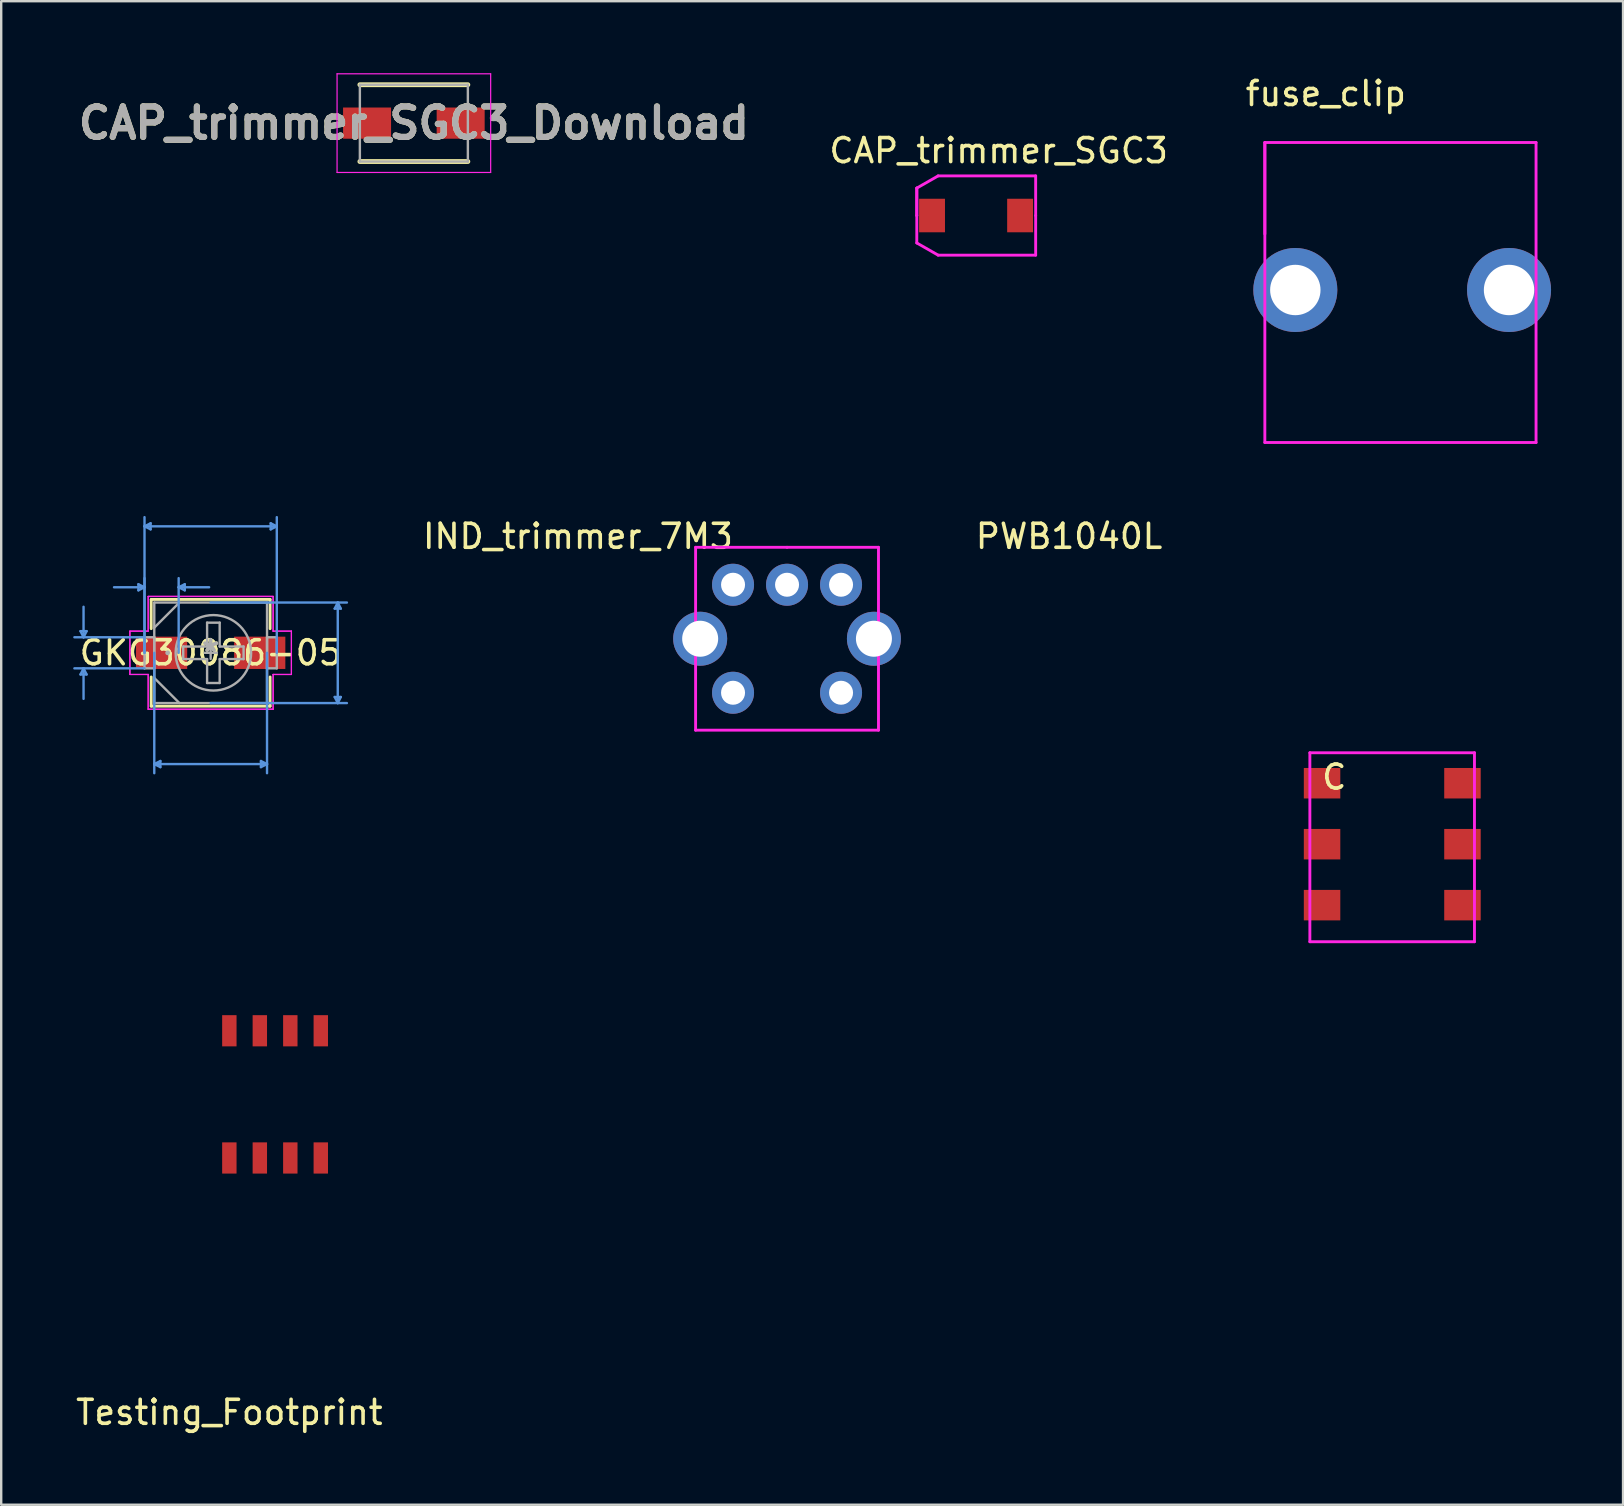
<source format=kicad_pcb>
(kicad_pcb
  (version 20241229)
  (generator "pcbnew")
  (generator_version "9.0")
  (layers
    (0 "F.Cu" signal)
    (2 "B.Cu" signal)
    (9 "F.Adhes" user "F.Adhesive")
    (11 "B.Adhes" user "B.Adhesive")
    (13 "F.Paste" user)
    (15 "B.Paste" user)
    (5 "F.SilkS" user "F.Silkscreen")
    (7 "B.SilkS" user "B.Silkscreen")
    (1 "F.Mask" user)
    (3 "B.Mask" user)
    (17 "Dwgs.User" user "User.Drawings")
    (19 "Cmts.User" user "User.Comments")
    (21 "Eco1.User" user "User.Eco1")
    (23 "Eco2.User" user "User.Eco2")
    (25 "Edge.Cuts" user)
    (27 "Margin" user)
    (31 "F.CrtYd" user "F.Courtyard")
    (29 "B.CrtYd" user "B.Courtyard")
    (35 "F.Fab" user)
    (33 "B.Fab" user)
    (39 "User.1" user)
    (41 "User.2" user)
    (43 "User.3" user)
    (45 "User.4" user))
  (footprint "PWB1040L"
    (layer "F.Cu")
    (at 52.035 29.584)
    (property "Reference" "PWB1040L" (at -10.541 -10.287 0) (layer "F.SilkS") (effects (font (size 1 1) (thickness 0.15))))
    (attr through_hole)
    (fp_line (start -0.508 -1.27) (end -0.508 6.604) (stroke (width 0.12) (type solid)) (layer "F.CrtYd"))
    (fp_line (start -0.508 6.604) (end 6.35 6.604) (stroke (width 0.12) (type solid)) (layer "F.CrtYd"))
    (fp_line (start 6.35 -1.27) (end -0.508 -1.27) (stroke (width 0.12) (type solid)) (layer "F.CrtYd"))
    (fp_line (start 6.35 6.604) (end 6.35 -1.27) (stroke (width 0.12) (type solid)) (layer "F.CrtYd"))
    (fp_text user "C" (at 0.508 -0.254 0) (layer "F.SilkS") (effects (font (size 1 1) (thickness 0.15))))
    (pad "1" smd rect (at 0 0) (size 1.52 1.27) (layers "F.Cu" "F.Mask" "F.Paste"))
    (pad "2" smd rect (at 0 2.54) (size 1.52 1.27) (layers "F.Cu" "F.Mask" "F.Paste"))
    (pad "3" smd rect (at 0 5.08) (size 1.52 1.27) (layers "F.Cu" "F.Mask" "F.Paste"))
    (pad "4" smd rect (at 5.85 5.08) (size 1.52 1.27) (layers "F.Cu" "F.Mask" "F.Paste"))
    (pad "5" smd rect (at 5.85 2.54) (size 1.52 1.27) (layers "F.Cu" "F.Mask" "F.Paste"))
    (pad "6" smd rect (at 5.85 0) (size 1.52 1.27) (layers "F.Cu" "F.Mask" "F.Paste")))
  (footprint "IND_trimmer_7M3"
    (layer "F.Cu")
    (at 29.743 23.564)
    (property "Reference" "IND_trimmer_7M3" (at -8.712 -4.267 0) (layer "F.SilkS") (effects (font (size 1 1) (thickness 0.15))))
    (attr through_hole)
    (fp_line (start -3.81 -3.81) (end -3.81 3.81) (stroke (width 0.12) (type solid)) (layer "F.CrtYd"))
    (fp_line (start -3.81 3.81) (end 3.81 3.81) (stroke (width 0.12) (type solid)) (layer "F.CrtYd"))
    (fp_line (start 0 -3.81) (end -3.81 -3.81) (stroke (width 0.12) (type solid)) (layer "F.CrtYd"))
    (fp_line (start 3.81 -3.81) (end 0 -3.81) (stroke (width 0.12) (type solid)) (layer "F.CrtYd"))
    (fp_line (start 3.81 3.81) (end 3.81 -3.81) (stroke (width 0.12) (type solid)) (layer "F.CrtYd"))
    (pad "1" thru_hole circle (at -2.25 -2.25) (size 1.75 1.75) (drill 1) (layers "*.Cu" "*.Mask"))
    (pad "2" thru_hole circle (at 0 -2.25) (size 1.75 1.75) (drill 1) (layers "*.Cu" "*.Mask"))
    (pad "3" thru_hole circle (at 2.25 -2.25) (size 1.75 1.75) (drill 1) (layers "*.Cu" "*.Mask"))
    (pad "4" thru_hole circle (at 2.25 2.25) (size 1.75 1.75) (drill 1) (layers "*.Cu" "*.Mask"))
    (pad "5" thru_hole circle (at -3.62 0) (size 2.25 2.25) (drill 1.5) (layers "*.Cu" "*.Mask"))
    (pad "5" thru_hole circle (at 3.62 0) (size 2.25 2.25) (drill 1.5) (layers "*.Cu" "*.Mask"))
    (pad "6" thru_hole circle (at -2.25 2.25) (size 1.75 1.75) (drill 1) (layers "*.Cu" "*.Mask")))
  (footprint "CAP_trimmer_SGC3_Download"
    (layer "F.Cu")
    (at 14.194 2.08)
    (property "Reference" "CAP_trimmer_SGC3_Download" (at 0 0 0) (layer "F.SilkS") (effects (font (size 1.27 1.27) (thickness 0.254))))
    (attr smd)
    (fp_line (start -2.25 1.6) (end 2.25 1.6) (stroke (width 0.2) (type solid)) (layer "F.SilkS"))
    (fp_line (start 2.25 -1.6) (end -2.25 -1.6) (stroke (width 0.2) (type solid)) (layer "F.SilkS"))
    (fp_line (start -3.2 -2.055) (end 3.2 -2.055) (stroke (width 0.05) (type solid)) (layer "F.CrtYd"))
    (fp_line (start -3.2 2.055) (end -3.2 -2.055) (stroke (width 0.05) (type solid)) (layer "F.CrtYd"))
    (fp_line (start 3.2 -2.055) (end 3.2 2.055) (stroke (width 0.05) (type solid)) (layer "F.CrtYd"))
    (fp_line (start 3.2 2.055) (end -3.2 2.055) (stroke (width 0.05) (type solid)) (layer "F.CrtYd"))
    (fp_line (start -2.25 -1.6) (end 2.25 -1.6) (stroke (width 0.1) (type solid)) (layer "F.Fab"))
    (fp_line (start -2.25 1.6) (end -2.25 -1.6) (stroke (width 0.1) (type solid)) (layer "F.Fab"))
    (fp_line (start 2.25 -1.6) (end 2.25 1.6) (stroke (width 0.1) (type solid)) (layer "F.Fab"))
    (fp_line (start 2.25 1.6) (end -2.25 1.6) (stroke (width 0.1) (type solid)) (layer "F.Fab"))
    (fp_text user "${REFERENCE}" (at 0 0 0) (layer "F.Fab") (effects (font (size 1.27 1.27) (thickness 0.254))))
    (pad "1" smd rect (at -1.95 0 90) (size 1.3 2) (layers "F.Cu" "F.Mask" "F.Paste"))
    (pad "2" smd rect (at 1.95 0 90) (size 1.3 2) (layers "F.Cu" "F.Mask" "F.Paste")))
  (footprint "CAP_trimmer_SGC3"
    (layer "F.Cu")
    (at 38.144 0.25)
    (property "Reference" "CAP_trimmer_SGC3" (at 0.417 2.977 0) (layer "F.SilkS") (effects (font (size 1 1) (thickness 0.15))))
    (attr through_hole)
    (fp_line (start -2.995 4.537) (end -2.995 5.68) (stroke (width 0.12) (type solid)) (layer "F.CrtYd"))
    (fp_line (start -2.995 5.68) (end -2.995 4.537) (stroke (width 0.12) (type solid)) (layer "F.CrtYd"))
    (fp_line (start -2.995 5.68) (end -2.995 6.823) (stroke (width 0.12) (type solid)) (layer "F.CrtYd"))
    (fp_line (start -2.106 4.029) (end -2.995 4.537) (stroke (width 0.12) (type solid)) (layer "F.CrtYd"))
    (fp_line (start -2.106 7.331) (end -2.995 6.823) (stroke (width 0.12) (type solid)) (layer "F.CrtYd"))
    (fp_line (start 1.958 4.029) (end -2.106 4.029) (stroke (width 0.12) (type solid)) (layer "F.CrtYd"))
    (fp_line (start 1.958 5.68) (end 1.958 4.029) (stroke (width 0.12) (type solid)) (layer "F.CrtYd"))
    (fp_line (start 1.958 5.68) (end 1.958 7.331) (stroke (width 0.12) (type solid)) (layer "F.CrtYd"))
    (fp_line (start 1.958 7.331) (end -2.106 7.331) (stroke (width 0.12) (type solid)) (layer "F.CrtYd"))
    (pad "1" smd rect (at -2.36 5.68 90) (size 1.397 1.079) (layers "F.Cu" "F.Mask" "F.Paste"))
    (pad "2" smd rect (at 1.31 5.68 90) (size 1.397 1.079) (layers "F.Cu" "F.Mask" "F.Paste")))
  (footprint "fuse_clip"
    (layer "F.Cu")
    (at 52.191 0.348)
    (property "Reference" "fuse_clip" (at 0 0.5 0) (layer "F.SilkS") (effects (font (size 1 1) (thickness 0.15))))
    (attr through_hole)
    (fp_line (start -2.54 2.54) (end -2.54 6.35) (stroke (width 0.12) (type solid)) (layer "F.CrtYd"))
    (fp_line (start -2.54 2.54) (end 8.76 2.54) (stroke (width 0.12) (type solid)) (layer "F.CrtYd"))
    (fp_line (start -2.54 15.04) (end -2.54 2.54) (stroke (width 0.12) (type solid)) (layer "F.CrtYd"))
    (fp_line (start -2.54 15.04) (end 8.76 15.04) (stroke (width 0.12) (type solid)) (layer "F.CrtYd"))
    (fp_line (start 8.76 15.04) (end 8.76 2.54) (stroke (width 0.12) (type solid)) (layer "F.CrtYd"))
    (pad "1" thru_hole circle (at -1.27 8.685) (size 3.5 3.5) (drill 2.1) (layers "*.Cu" "*.Mask"))
    (pad "1" thru_hole circle (at 7.635 8.685) (size 3.5 3.5) (drill 2.1) (layers "*.Cu" "*.Mask")))
  (footprint "GKG30086-05"
    (layer "F.Cu")
    (at 5.727 24.15)
    (property "Reference" "GKG30086-05" (at 0 0 0) (layer "F.SilkS") (effects (font (size 1 1) (thickness 0.15))))
    (attr through_hole)
    (fp_line (start -2.477 -2.223) (end -2.477 -1.006) (stroke (width 0.12) (type solid)) (layer "F.SilkS"))
    (fp_line (start -2.477 1.006) (end -2.477 2.223) (stroke (width 0.12) (type solid)) (layer "F.SilkS"))
    (fp_line (start -2.477 2.223) (end 2.477 2.223) (stroke (width 0.12) (type solid)) (layer "F.SilkS"))
    (fp_line (start 2.477 -2.223) (end -2.477 -2.223) (stroke (width 0.12) (type solid)) (layer "F.SilkS"))
    (fp_line (start 2.477 -1.006) (end 2.477 -2.223) (stroke (width 0.12) (type solid)) (layer "F.SilkS"))
    (fp_line (start 2.477 2.223) (end 2.477 1.006) (stroke (width 0.12) (type solid)) (layer "F.SilkS"))
    (fp_line (start -5.423 -0.902) (end -5.169 -0.902) (stroke (width 0.1) (type solid)) (layer "Cmts.User"))
    (fp_line (start -5.423 0.902) (end -5.169 0.902) (stroke (width 0.1) (type solid)) (layer "Cmts.User"))
    (fp_line (start -5.296 -0.648) (end -5.423 -0.902) (stroke (width 0.1) (type solid)) (layer "Cmts.User"))
    (fp_line (start -5.296 -0.648) (end -5.296 -1.918) (stroke (width 0.1) (type solid)) (layer "Cmts.User"))
    (fp_line (start -5.296 -0.648) (end -5.169 -0.902) (stroke (width 0.1) (type solid)) (layer "Cmts.User"))
    (fp_line (start -5.296 0.648) (end -5.423 0.902) (stroke (width 0.1) (type solid)) (layer "Cmts.User"))
    (fp_line (start -5.296 0.648) (end -5.296 1.918) (stroke (width 0.1) (type solid)) (layer "Cmts.User"))
    (fp_line (start -5.296 0.648) (end -5.169 0.902) (stroke (width 0.1) (type solid)) (layer "Cmts.User"))
    (fp_line (start -3.01 -2.857) (end -3.01 -2.603) (stroke (width 0.1) (type solid)) (layer "Cmts.User"))
    (fp_line (start -2.756 -5.271) (end -2.502 -5.397) (stroke (width 0.1) (type solid)) (layer "Cmts.User"))
    (fp_line (start -2.756 -5.271) (end -2.502 -5.144) (stroke (width 0.1) (type solid)) (layer "Cmts.User"))
    (fp_line (start -2.756 -5.271) (end 2.756 -5.271) (stroke (width 0.1) (type solid)) (layer "Cmts.User"))
    (fp_line (start -2.756 -2.731) (end -4.026 -2.731) (stroke (width 0.1) (type solid)) (layer "Cmts.User"))
    (fp_line (start -2.756 -2.731) (end -3.01 -2.857) (stroke (width 0.1) (type solid)) (layer "Cmts.User"))
    (fp_line (start -2.756 -2.731) (end -3.01 -2.603) (stroke (width 0.1) (type solid)) (layer "Cmts.User"))
    (fp_line (start -2.756 -0.648) (end -5.677 -0.648) (stroke (width 0.1) (type solid)) (layer "Cmts.User"))
    (fp_line (start -2.756 0) (end -2.756 -5.652) (stroke (width 0.1) (type solid)) (layer "Cmts.User"))
    (fp_line (start -2.756 0) (end -2.756 -3.111) (stroke (width 0.1) (type solid)) (layer "Cmts.User"))
    (fp_line (start -2.756 0.648) (end -5.677 0.648) (stroke (width 0.1) (type solid)) (layer "Cmts.User"))
    (fp_line (start -2.502 -5.397) (end -2.502 -5.144) (stroke (width 0.1) (type solid)) (layer "Cmts.User"))
    (fp_line (start -2.349 0) (end -2.349 5.016) (stroke (width 0.1) (type solid)) (layer "Cmts.User"))
    (fp_line (start -2.349 4.636) (end -2.095 4.508) (stroke (width 0.1) (type solid)) (layer "Cmts.User"))
    (fp_line (start -2.349 4.636) (end -2.095 4.763) (stroke (width 0.1) (type solid)) (layer "Cmts.User"))
    (fp_line (start -2.349 4.636) (end 2.349 4.636) (stroke (width 0.1) (type solid)) (layer "Cmts.User"))
    (fp_line (start -2.095 4.508) (end -2.095 4.763) (stroke (width 0.1) (type solid)) (layer "Cmts.User"))
    (fp_line (start -1.333 -2.731) (end -1.079 -2.857) (stroke (width 0.1) (type solid)) (layer "Cmts.User"))
    (fp_line (start -1.333 -2.731) (end -1.079 -2.603) (stroke (width 0.1) (type solid)) (layer "Cmts.User"))
    (fp_line (start -1.333 -2.731) (end -0.064 -2.731) (stroke (width 0.1) (type solid)) (layer "Cmts.User"))
    (fp_line (start -1.333 0) (end -1.333 -3.111) (stroke (width 0.1) (type solid)) (layer "Cmts.User"))
    (fp_line (start -1.079 -2.857) (end -1.079 -2.603) (stroke (width 0.1) (type solid)) (layer "Cmts.User"))
    (fp_line (start 0 -2.095) (end 5.677 -2.095) (stroke (width 0.1) (type solid)) (layer "Cmts.User"))
    (fp_line (start 0 2.095) (end 5.677 2.095) (stroke (width 0.1) (type solid)) (layer "Cmts.User"))
    (fp_line (start 2.095 4.508) (end 2.095 4.763) (stroke (width 0.1) (type solid)) (layer "Cmts.User"))
    (fp_line (start 2.349 0) (end 2.349 5.016) (stroke (width 0.1) (type solid)) (layer "Cmts.User"))
    (fp_line (start 2.349 4.636) (end 2.095 4.508) (stroke (width 0.1) (type solid)) (layer "Cmts.User"))
    (fp_line (start 2.349 4.636) (end 2.095 4.763) (stroke (width 0.1) (type solid)) (layer "Cmts.User"))
    (fp_line (start 2.502 -5.397) (end 2.502 -5.144) (stroke (width 0.1) (type solid)) (layer "Cmts.User"))
    (fp_line (start 2.756 -5.271) (end 2.502 -5.397) (stroke (width 0.1) (type solid)) (layer "Cmts.User"))
    (fp_line (start 2.756 -5.271) (end 2.502 -5.144) (stroke (width 0.1) (type solid)) (layer "Cmts.User"))
    (fp_line (start 2.756 0) (end 2.756 -5.652) (stroke (width 0.1) (type solid)) (layer "Cmts.User"))
    (fp_line (start 5.169 -1.841) (end 5.423 -1.841) (stroke (width 0.1) (type solid)) (layer "Cmts.User"))
    (fp_line (start 5.169 1.841) (end 5.423 1.841) (stroke (width 0.1) (type solid)) (layer "Cmts.User"))
    (fp_line (start 5.296 -2.095) (end 5.169 -1.841) (stroke (width 0.1) (type solid)) (layer "Cmts.User"))
    (fp_line (start 5.296 -2.095) (end 5.296 2.095) (stroke (width 0.1) (type solid)) (layer "Cmts.User"))
    (fp_line (start 5.296 -2.095) (end 5.423 -1.841) (stroke (width 0.1) (type solid)) (layer "Cmts.User"))
    (fp_line (start 5.296 2.095) (end 5.169 1.841) (stroke (width 0.1) (type solid)) (layer "Cmts.User"))
    (fp_line (start 5.296 2.095) (end 5.423 1.841) (stroke (width 0.1) (type solid)) (layer "Cmts.User"))
    (fp_line (start -3.365 -0.902) (end -2.603 -0.902) (stroke (width 0.05) (type solid)) (layer "F.CrtYd"))
    (fp_line (start -3.365 -0.902) (end -2.603 -0.902) (stroke (width 0.05) (type solid)) (layer "F.CrtYd"))
    (fp_line (start -3.365 0.902) (end -3.365 -0.902) (stroke (width 0.05) (type solid)) (layer "F.CrtYd"))
    (fp_line (start -3.365 0.902) (end -3.365 -0.902) (stroke (width 0.05) (type solid)) (layer "F.CrtYd"))
    (fp_line (start -2.603 -2.349) (end 2.603 -2.349) (stroke (width 0.05) (type solid)) (layer "F.CrtYd"))
    (fp_line (start -2.603 -2.349) (end 2.603 -2.349) (stroke (width 0.05) (type solid)) (layer "F.CrtYd"))
    (fp_line (start -2.603 -0.902) (end -2.603 -2.349) (stroke (width 0.05) (type solid)) (layer "F.CrtYd"))
    (fp_line (start -2.603 -0.902) (end -2.603 -2.349) (stroke (width 0.05) (type solid)) (layer "F.CrtYd"))
    (fp_line (start -2.603 0.902) (end -3.365 0.902) (stroke (width 0.05) (type solid)) (layer "F.CrtYd"))
    (fp_line (start -2.603 0.902) (end -3.365 0.902) (stroke (width 0.05) (type solid)) (layer "F.CrtYd"))
    (fp_line (start -2.603 2.349) (end -2.603 0.902) (stroke (width 0.05) (type solid)) (layer "F.CrtYd"))
    (fp_line (start -2.603 2.349) (end -2.603 0.902) (stroke (width 0.05) (type solid)) (layer "F.CrtYd"))
    (fp_line (start 2.603 -2.349) (end 2.603 -0.902) (stroke (width 0.05) (type solid)) (layer "F.CrtYd"))
    (fp_line (start 2.603 -2.349) (end 2.603 -0.902) (stroke (width 0.05) (type solid)) (layer "F.CrtYd"))
    (fp_line (start 2.603 -0.902) (end 3.365 -0.902) (stroke (width 0.05) (type solid)) (layer "F.CrtYd"))
    (fp_line (start 2.603 -0.902) (end 3.365 -0.902) (stroke (width 0.05) (type solid)) (layer "F.CrtYd"))
    (fp_line (start 2.603 0.902) (end 2.603 2.349) (stroke (width 0.05) (type solid)) (layer "F.CrtYd"))
    (fp_line (start 2.603 0.902) (end 2.603 2.349) (stroke (width 0.05) (type solid)) (layer "F.CrtYd"))
    (fp_line (start 2.603 2.349) (end -2.603 2.349) (stroke (width 0.05) (type solid)) (layer "F.CrtYd"))
    (fp_line (start 2.603 2.349) (end -2.603 2.349) (stroke (width 0.05) (type solid)) (layer "F.CrtYd"))
    (fp_line (start 3.365 -0.902) (end 3.365 0.902) (stroke (width 0.05) (type solid)) (layer "F.CrtYd"))
    (fp_line (start 3.365 -0.902) (end 3.365 0.902) (stroke (width 0.05) (type solid)) (layer "F.CrtYd"))
    (fp_line (start 3.365 0.902) (end 2.603 0.902) (stroke (width 0.05) (type solid)) (layer "F.CrtYd"))
    (fp_line (start 3.365 0.902) (end 2.603 0.902) (stroke (width 0.05) (type solid)) (layer "F.CrtYd"))
    (fp_line (start -2.756 -0.648) (end -2.756 0.648) (stroke (width 0.1) (type solid)) (layer "F.Fab"))
    (fp_line (start -2.756 0.648) (end -2.349 0.648) (stroke (width 0.1) (type solid)) (layer "F.Fab"))
    (fp_line (start -2.349 -2.095) (end -2.349 2.095) (stroke (width 0.1) (type solid)) (layer "F.Fab"))
    (fp_line (start -2.349 -1.048) (end -1.302 -2.095) (stroke (width 0.1) (type solid)) (layer "F.Fab"))
    (fp_line (start -2.349 -0.648) (end -2.756 -0.648) (stroke (width 0.1) (type solid)) (layer "F.Fab"))
    (fp_line (start -2.349 0.648) (end -2.349 -0.648) (stroke (width 0.1) (type solid)) (layer "F.Fab"))
    (fp_line (start -2.349 1.048) (end -1.302 2.095) (stroke (width 0.1) (type solid)) (layer "F.Fab"))
    (fp_line (start -2.349 2.095) (end 2.349 2.095) (stroke (width 0.1) (type solid)) (layer "F.Fab"))
    (fp_line (start -1.143 -0.262) (end -1.143 0.262) (stroke (width 0.1) (type solid)) (layer "F.Fab"))
    (fp_line (start -0.254 0) (end 0.254 0) (stroke (width 0.1) (type solid)) (layer "F.Fab"))
    (fp_line (start -0.148 -1.257) (end -0.148 -0.262) (stroke (width 0.1) (type solid)) (layer "F.Fab"))
    (fp_line (start -0.148 -1.257) (end 0.376 -1.257) (stroke (width 0.1) (type solid)) (layer "F.Fab"))
    (fp_line (start -0.148 -0.262) (end -1.143 -0.262) (stroke (width 0.1) (type solid)) (layer "F.Fab"))
    (fp_line (start -0.148 0.262) (end -1.143 0.262) (stroke (width 0.1) (type solid)) (layer "F.Fab"))
    (fp_line (start -0.148 1.257) (end -0.148 0.262) (stroke (width 0.1) (type solid)) (layer "F.Fab"))
    (fp_line (start -0.148 1.257) (end 0.376 1.257) (stroke (width 0.1) (type solid)) (layer "F.Fab"))
    (fp_line (start 0 0.254) (end 0 -0.254) (stroke (width 0.1) (type solid)) (layer "F.Fab"))
    (fp_line (start 0.376 -1.257) (end 0.376 -0.262) (stroke (width 0.1) (type solid)) (layer "F.Fab"))
    (fp_line (start 0.376 -0.262) (end 1.372 -0.262) (stroke (width 0.1) (type solid)) (layer "F.Fab"))
    (fp_line (start 0.376 0.262) (end 1.372 0.262) (stroke (width 0.1) (type solid)) (layer "F.Fab"))
    (fp_line (start 0.376 1.257) (end 0.376 0.262) (stroke (width 0.1) (type solid)) (layer "F.Fab"))
    (fp_line (start 1.372 -0.262) (end 1.372 0.262) (stroke (width 0.1) (type solid)) (layer "F.Fab"))
    (fp_line (start 2.349 -2.095) (end -2.349 -2.095) (stroke (width 0.1) (type solid)) (layer "F.Fab"))
    (fp_line (start 2.349 -0.648) (end 2.349 0.648) (stroke (width 0.1) (type solid)) (layer "F.Fab"))
    (fp_line (start 2.349 0.648) (end 2.756 0.648) (stroke (width 0.1) (type solid)) (layer "F.Fab"))
    (fp_line (start 2.349 2.095) (end 2.349 -2.095) (stroke (width 0.1) (type solid)) (layer "F.Fab"))
    (fp_line (start 2.756 -0.648) (end 2.349 -0.648) (stroke (width 0.1) (type solid)) (layer "F.Fab"))
    (fp_line (start 2.756 0.648) (end 2.756 -0.648) (stroke (width 0.1) (type solid)) (layer "F.Fab"))
    (fp_circle (center -1.791 0) (end -1.791 0) (stroke (width 0.1) (type solid)) (fill no) (layer "F.Fab"))
    (fp_circle (center 0.114 0) (end 1.686 0) (stroke (width 0.1) (type solid)) (fill no) (layer "F.Fab"))
    (fp_text user "*" (at 0 0 0) (layer "F.SilkS") (effects (font (size 1 1) (thickness 0.15))))
    (fp_text user "Copyright 2021 Accelerated Designs. All rights reserved." (at 0 0 0) (layer "Cmts.User") (effects (font (size 0.127 0.127) (thickness 0.002))))
    (fp_text user "*" (at 0 0 0) (layer "F.Fab") (effects (font (size 1 1) (thickness 0.15))))
    (pad "1" smd rect (at -2.045 0) (size 2.134 1.346) (layers "F.Cu" "F.Mask" "F.Paste"))
    (pad "2" smd rect (at 2.045 0) (size 2.134 1.346) (layers "F.Cu" "F.Mask" "F.Paste")))
  (footprint "Testing_Footprint"
    (layer "F.Cu")
    (at 6.506 39.898)
    (property "Reference" "Testing_Footprint" (at 0 15.9 0) (layer "F.SilkS") (effects (font (size 1 1) (thickness 0.15))))
    (attr through_hole)
    (pad "1" smd rect (at 0 5.3) (size 0.6 1.3) (layers "F.Cu" "F.Mask" "F.Paste"))
    (pad "2" smd rect (at 1.27 5.3) (size 0.6 1.3) (layers "F.Cu" "F.Mask" "F.Paste"))
    (pad "3" smd rect (at 2.54 5.3) (size 0.6 1.3) (layers "F.Cu" "F.Mask" "F.Paste"))
    (pad "4" smd rect (at 3.81 5.3) (size 0.6 1.3) (layers "F.Cu" "F.Mask" "F.Paste"))
    (pad "5" smd rect (at 3.81 0) (size 0.6 1.3) (layers "F.Cu" "F.Mask" "F.Paste"))
    (pad "6" smd rect (at 2.54 0) (size 0.6 1.3) (layers "F.Cu" "F.Mask" "F.Paste"))
    (pad "7" smd rect (at 1.27 0) (size 0.6 1.3) (layers "F.Cu" "F.Mask" "F.Paste"))
    (pad "8" smd rect (at 0 0) (size 0.6 1.3) (layers "F.Cu" "F.Mask" "F.Paste")))
  (gr_rect
    (start -3 -3)
    (end 64.576 59.646)
    (stroke (width 0.1) (type default))
    (fill no)
    (layer "Edge.Cuts")))
</source>
